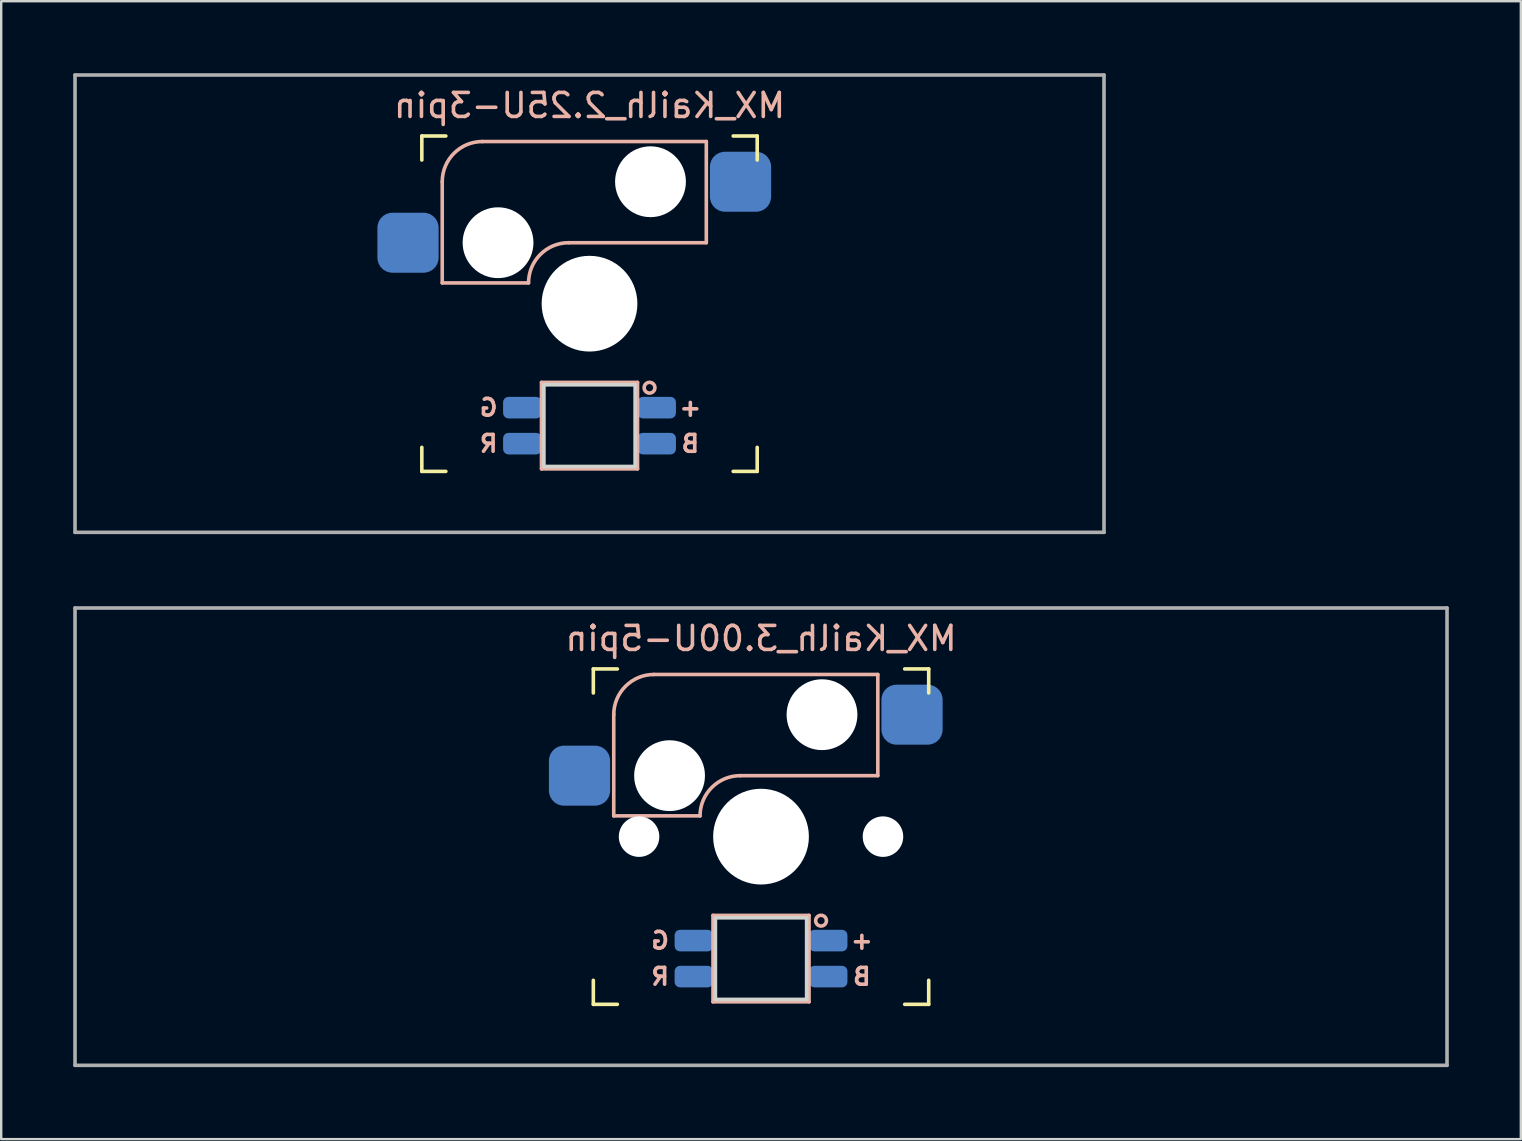
<source format=kicad_pcb>
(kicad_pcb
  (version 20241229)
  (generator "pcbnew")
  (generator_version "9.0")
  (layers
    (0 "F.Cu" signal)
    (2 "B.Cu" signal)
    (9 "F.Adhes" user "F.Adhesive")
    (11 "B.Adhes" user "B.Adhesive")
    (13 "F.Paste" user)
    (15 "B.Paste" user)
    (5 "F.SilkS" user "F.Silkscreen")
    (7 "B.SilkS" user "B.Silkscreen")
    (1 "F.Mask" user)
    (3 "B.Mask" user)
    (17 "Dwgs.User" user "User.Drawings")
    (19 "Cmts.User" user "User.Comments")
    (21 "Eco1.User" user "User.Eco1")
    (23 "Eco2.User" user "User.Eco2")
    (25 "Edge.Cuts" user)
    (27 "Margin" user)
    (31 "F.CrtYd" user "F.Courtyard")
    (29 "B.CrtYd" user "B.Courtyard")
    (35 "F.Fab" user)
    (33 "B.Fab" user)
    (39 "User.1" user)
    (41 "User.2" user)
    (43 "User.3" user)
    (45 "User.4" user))
  (footprint "MX_Kailh_2.25U-3pin"
    (layer "F.Cu")
    (at 21.506 9.6)
    (property "Reference" "MX_Kailh_2.25U-3pin" (at 0 -8.255 0) (layer "B.SilkS") (effects (font (size 1 1) (thickness 0.15)) (justify mirror)))
    (attr smd)
    (fp_line (start -6.985 -5.985) (end -6.985 -6.985) (stroke (width 0.15) (type solid)) (layer "F.SilkS"))
    (fp_line (start -6.985 6.985) (end -6.985 5.985) (stroke (width 0.15) (type solid)) (layer "F.SilkS"))
    (fp_line (start -6.985 6.985) (end -5.985 6.985) (stroke (width 0.15) (type solid)) (layer "F.SilkS"))
    (fp_line (start -5.985 -6.985) (end -6.985 -6.985) (stroke (width 0.15) (type solid)) (layer "F.SilkS"))
    (fp_line (start 5.985 6.985) (end 6.985 6.985) (stroke (width 0.15) (type solid)) (layer "F.SilkS"))
    (fp_line (start 6.985 -6.985) (end 5.985 -6.985) (stroke (width 0.15) (type solid)) (layer "F.SilkS"))
    (fp_line (start 6.985 -6.985) (end 6.985 -5.985) (stroke (width 0.15) (type solid)) (layer "F.SilkS"))
    (fp_line (start 6.985 5.985) (end 6.985 6.985) (stroke (width 0.15) (type solid)) (layer "F.SilkS"))
    (fp_line (start -6.135 -5.08) (end -6.135 -0.865) (stroke (width 0.15) (type solid)) (layer "B.SilkS"))
    (fp_line (start -6.135 -0.865) (end -2.54 -0.865) (stroke (width 0.15) (type solid)) (layer "B.SilkS"))
    (fp_line (start -4.46 -6.755) (end 4.865 -6.755) (stroke (width 0.15) (type solid)) (layer "B.SilkS"))
    (fp_line (start -2 3.28) (end -2 6.88) (stroke (width 0.15) (type solid)) (layer "B.SilkS"))
    (fp_line (start -2 6.88) (end 2 6.88) (stroke (width 0.15) (type solid)) (layer "B.SilkS"))
    (fp_line (start -0.865 -2.54) (end 4.865 -2.54) (stroke (width 0.15) (type solid)) (layer "B.SilkS"))
    (fp_line (start 2 3.28) (end -2 3.28) (stroke (width 0.15) (type solid)) (layer "B.SilkS"))
    (fp_line (start 2 6.88) (end 2 3.28) (stroke (width 0.15) (type solid)) (layer "B.SilkS"))
    (fp_line (start 4.865 -6.755) (end 4.865 -2.54) (stroke (width 0.15) (type solid)) (layer "B.SilkS"))
    (fp_arc (start -6.135 -5.08) (mid -5.644404 -6.264404) (end -4.46 -6.755) (stroke (width 0.15) (type solid)) (layer "B.SilkS"))
    (fp_arc (start -2.54 -0.865) (mid -2.049404 -2.049404) (end -0.865 -2.54) (stroke (width 0.15) (type solid)) (layer "B.SilkS"))
    (fp_circle (center 2.5 3.5) (end 2.724 3.5) (stroke (width 0.15) (type solid)) (fill no) (layer "B.SilkS"))
    (fp_line (start -6.985 6.985) (end -6.985 -6.985) (stroke (width 0.15) (type solid)) (layer "Eco2.User"))
    (fp_line (start -6.985 6.985) (end 6.985 6.985) (stroke (width 0.15) (type solid)) (layer "Eco2.User"))
    (fp_line (start 6.985 -6.985) (end -6.985 -6.985) (stroke (width 0.15) (type solid)) (layer "Eco2.User"))
    (fp_line (start 6.985 -6.985) (end 6.985 6.985) (stroke (width 0.15) (type solid)) (layer "Eco2.User"))
    (fp_line (start -1.9 3.38) (end -1.9 6.78) (stroke (width 0.15) (type solid)) (layer "Edge.Cuts"))
    (fp_line (start -1.9 3.38) (end 1.9 3.38) (stroke (width 0.15) (type solid)) (layer "Edge.Cuts"))
    (fp_line (start -1.9 6.78) (end 1.9 6.78) (stroke (width 0.15) (type solid)) (layer "Edge.Cuts"))
    (fp_line (start 1.9 3.38) (end 1.9 6.78) (stroke (width 0.15) (type solid)) (layer "Edge.Cuts"))
    (fp_line (start -21.431 -9.525) (end 21.431 -9.525) (stroke (width 0.15) (type solid)) (layer "F.Fab"))
    (fp_line (start -21.431 9.525) (end -21.431 -9.525) (stroke (width 0.15) (type solid)) (layer "F.Fab"))
    (fp_line (start 21.431 -9.525) (end 21.431 9.525) (stroke (width 0.15) (type solid)) (layer "F.Fab"))
    (fp_line (start 21.431 9.525) (end -21.431 9.525) (stroke (width 0.15) (type solid)) (layer "F.Fab"))
    (fp_text user "G" (at -4.2 4.33 0) (layer "B.SilkS") (effects (font (size 0.7 0.7) (thickness 0.15)) (justify mirror)))
    (fp_text user "B" (at 4.2 5.83 0) (layer "B.SilkS") (effects (font (size 0.7 0.7) (thickness 0.15)) (justify mirror)))
    (fp_text user "R" (at -4.2 5.83 0) (layer "B.SilkS") (effects (font (size 0.7 0.7) (thickness 0.15)) (justify mirror)))
    (fp_text user "+" (at 4.2 4.33 0) (layer "B.SilkS") (effects (font (size 0.7 0.7) (thickness 0.15)) (justify mirror)))
    (pad "" np_thru_hole circle (at -3.81 -2.54) (size 2.95 2.95) (drill 2.95) (layers "*.Cu" "*.Mask"))
    (pad "" np_thru_hole circle (at 0 0) (size 3.988 3.988) (drill 3.988) (layers "*.Cu" "*.Mask"))
    (pad "" np_thru_hole circle (at 2.54 -5.08) (size 2.95 2.95) (drill 2.95) (layers "*.Cu" "*.Mask"))
    (pad "1" smd roundrect (at 6.29 -5.08) (size 2.55 2.5) (layers "B.Cu" "B.Mask" "B.Paste") (roundrect_rratio 0.25))
    (pad "2" smd roundrect (at -7.56 -2.54) (size 2.55 2.5) (layers "B.Cu" "B.Mask" "B.Paste") (roundrect_rratio 0.25))
    (pad "3" smd roundrect (at 2.8 4.33) (size 1.6 0.9) (layers "B.Cu" "B.Mask" "B.Paste") (roundrect_rratio 0.25))
    (pad "4" smd roundrect (at -2.8 5.83) (size 1.6 0.9) (layers "B.Cu" "B.Mask" "B.Paste") (roundrect_rratio 0.25))
    (pad "5" smd roundrect (at -2.8 4.33) (size 1.6 0.9) (layers "B.Cu" "B.Mask" "B.Paste") (roundrect_rratio 0.25))
    (pad "6" smd roundrect (at 2.8 5.83) (size 1.6 0.9) (layers "B.Cu" "B.Mask" "B.Paste") (roundrect_rratio 0.25)))
  (footprint "MX_Kailh_3.00U-5pin"
    (layer "F.Cu")
    (at 28.65 31.8)
    (property "Reference" "MX_Kailh_3.00U-5pin" (at 0 -8.255 0) (layer "B.SilkS") (effects (font (size 1 1) (thickness 0.15)) (justify mirror)))
    (attr smd)
    (fp_line (start -6.985 -5.985) (end -6.985 -6.985) (stroke (width 0.15) (type solid)) (layer "F.SilkS"))
    (fp_line (start -6.985 6.985) (end -6.985 5.985) (stroke (width 0.15) (type solid)) (layer "F.SilkS"))
    (fp_line (start -6.985 6.985) (end -5.985 6.985) (stroke (width 0.15) (type solid)) (layer "F.SilkS"))
    (fp_line (start -5.985 -6.985) (end -6.985 -6.985) (stroke (width 0.15) (type solid)) (layer "F.SilkS"))
    (fp_line (start 5.985 6.985) (end 6.985 6.985) (stroke (width 0.15) (type solid)) (layer "F.SilkS"))
    (fp_line (start 6.985 -6.985) (end 5.985 -6.985) (stroke (width 0.15) (type solid)) (layer "F.SilkS"))
    (fp_line (start 6.985 -6.985) (end 6.985 -5.985) (stroke (width 0.15) (type solid)) (layer "F.SilkS"))
    (fp_line (start 6.985 5.985) (end 6.985 6.985) (stroke (width 0.15) (type solid)) (layer "F.SilkS"))
    (fp_line (start -6.135 -5.08) (end -6.135 -0.865) (stroke (width 0.15) (type solid)) (layer "B.SilkS"))
    (fp_line (start -6.135 -0.865) (end -2.54 -0.865) (stroke (width 0.15) (type solid)) (layer "B.SilkS"))
    (fp_line (start -4.46 -6.755) (end 4.865 -6.755) (stroke (width 0.15) (type solid)) (layer "B.SilkS"))
    (fp_line (start -2 3.28) (end -2 6.88) (stroke (width 0.15) (type solid)) (layer "B.SilkS"))
    (fp_line (start -2 6.88) (end 2 6.88) (stroke (width 0.15) (type solid)) (layer "B.SilkS"))
    (fp_line (start -0.865 -2.54) (end 4.865 -2.54) (stroke (width 0.15) (type solid)) (layer "B.SilkS"))
    (fp_line (start 2 3.28) (end -2 3.28) (stroke (width 0.15) (type solid)) (layer "B.SilkS"))
    (fp_line (start 2 6.88) (end 2 3.28) (stroke (width 0.15) (type solid)) (layer "B.SilkS"))
    (fp_line (start 4.865 -6.755) (end 4.865 -2.54) (stroke (width 0.15) (type solid)) (layer "B.SilkS"))
    (fp_arc (start -6.135 -5.08) (mid -5.644404 -6.264404) (end -4.46 -6.755) (stroke (width 0.15) (type solid)) (layer "B.SilkS"))
    (fp_arc (start -2.54 -0.865) (mid -2.049404 -2.049404) (end -0.865 -2.54) (stroke (width 0.15) (type solid)) (layer "B.SilkS"))
    (fp_circle (center 2.5 3.5) (end 2.724 3.5) (stroke (width 0.15) (type solid)) (fill no) (layer "B.SilkS"))
    (fp_line (start -6.985 6.985) (end -6.985 -6.985) (stroke (width 0.15) (type solid)) (layer "Eco2.User"))
    (fp_line (start -6.985 6.985) (end 6.985 6.985) (stroke (width 0.15) (type solid)) (layer "Eco2.User"))
    (fp_line (start 6.985 -6.985) (end -6.985 -6.985) (stroke (width 0.15) (type solid)) (layer "Eco2.User"))
    (fp_line (start 6.985 -6.985) (end 6.985 6.985) (stroke (width 0.15) (type solid)) (layer "Eco2.User"))
    (fp_line (start -1.9 3.38) (end -1.9 6.78) (stroke (width 0.15) (type solid)) (layer "Edge.Cuts"))
    (fp_line (start -1.9 3.38) (end 1.9 3.38) (stroke (width 0.15) (type solid)) (layer "Edge.Cuts"))
    (fp_line (start -1.9 6.78) (end 1.9 6.78) (stroke (width 0.15) (type solid)) (layer "Edge.Cuts"))
    (fp_line (start 1.9 3.38) (end 1.9 6.78) (stroke (width 0.15) (type solid)) (layer "Edge.Cuts"))
    (fp_line (start -28.575 -9.525) (end 28.575 -9.525) (stroke (width 0.15) (type solid)) (layer "F.Fab"))
    (fp_line (start -28.575 9.525) (end -28.575 -9.525) (stroke (width 0.15) (type solid)) (layer "F.Fab"))
    (fp_line (start 28.575 -9.525) (end 28.575 9.525) (stroke (width 0.15) (type solid)) (layer "F.Fab"))
    (fp_line (start 28.575 9.525) (end -28.575 9.525) (stroke (width 0.15) (type solid)) (layer "F.Fab"))
    (fp_text user "R" (at -4.2 5.83 0) (layer "B.SilkS") (effects (font (size 0.7 0.7) (thickness 0.15)) (justify mirror)))
    (fp_text user "G" (at -4.2 4.33 0) (layer "B.SilkS") (effects (font (size 0.7 0.7) (thickness 0.15)) (justify mirror)))
    (fp_text user "+" (at 4.2 4.33 0) (layer "B.SilkS") (effects (font (size 0.7 0.7) (thickness 0.15)) (justify mirror)))
    (fp_text user "B" (at 4.2 5.83 0) (layer "B.SilkS") (effects (font (size 0.7 0.7) (thickness 0.15)) (justify mirror)))
    (pad "" np_thru_hole circle (at -5.08 0) (size 1.688 1.688) (drill 1.688) (layers "*.Cu" "*.Mask"))
    (pad "" np_thru_hole circle (at -3.81 -2.54) (size 2.95 2.95) (drill 2.95) (layers "*.Cu" "*.Mask"))
    (pad "" np_thru_hole circle (at 0 0) (size 3.988 3.988) (drill 3.988) (layers "*.Cu" "*.Mask"))
    (pad "" np_thru_hole circle (at 2.54 -5.08) (size 2.95 2.95) (drill 2.95) (layers "*.Cu" "*.Mask"))
    (pad "" np_thru_hole circle (at 5.08 0) (size 1.688 1.688) (drill 1.688) (layers "*.Cu" "*.Mask"))
    (pad "1" smd roundrect (at 6.29 -5.08) (size 2.55 2.5) (layers "B.Cu" "B.Mask" "B.Paste") (roundrect_rratio 0.25))
    (pad "2" smd roundrect (at -7.56 -2.54) (size 2.55 2.5) (layers "B.Cu" "B.Mask" "B.Paste") (roundrect_rratio 0.25))
    (pad "3" smd roundrect (at 2.8 4.33) (size 1.6 0.9) (layers "B.Cu" "B.Mask" "B.Paste") (roundrect_rratio 0.25))
    (pad "4" smd roundrect (at -2.8 5.83) (size 1.6 0.9) (layers "B.Cu" "B.Mask" "B.Paste") (roundrect_rratio 0.25))
    (pad "5" smd roundrect (at -2.8 4.33) (size 1.6 0.9) (layers "B.Cu" "B.Mask" "B.Paste") (roundrect_rratio 0.25))
    (pad "6" smd roundrect (at 2.8 5.83) (size 1.6 0.9) (layers "B.Cu" "B.Mask" "B.Paste") (roundrect_rratio 0.25)))
  (gr_rect
    (start -3 -3)
    (end 60.3 44.4)
    (stroke (width 0.1) (type default))
    (fill no)
    (layer "Edge.Cuts")))
</source>
